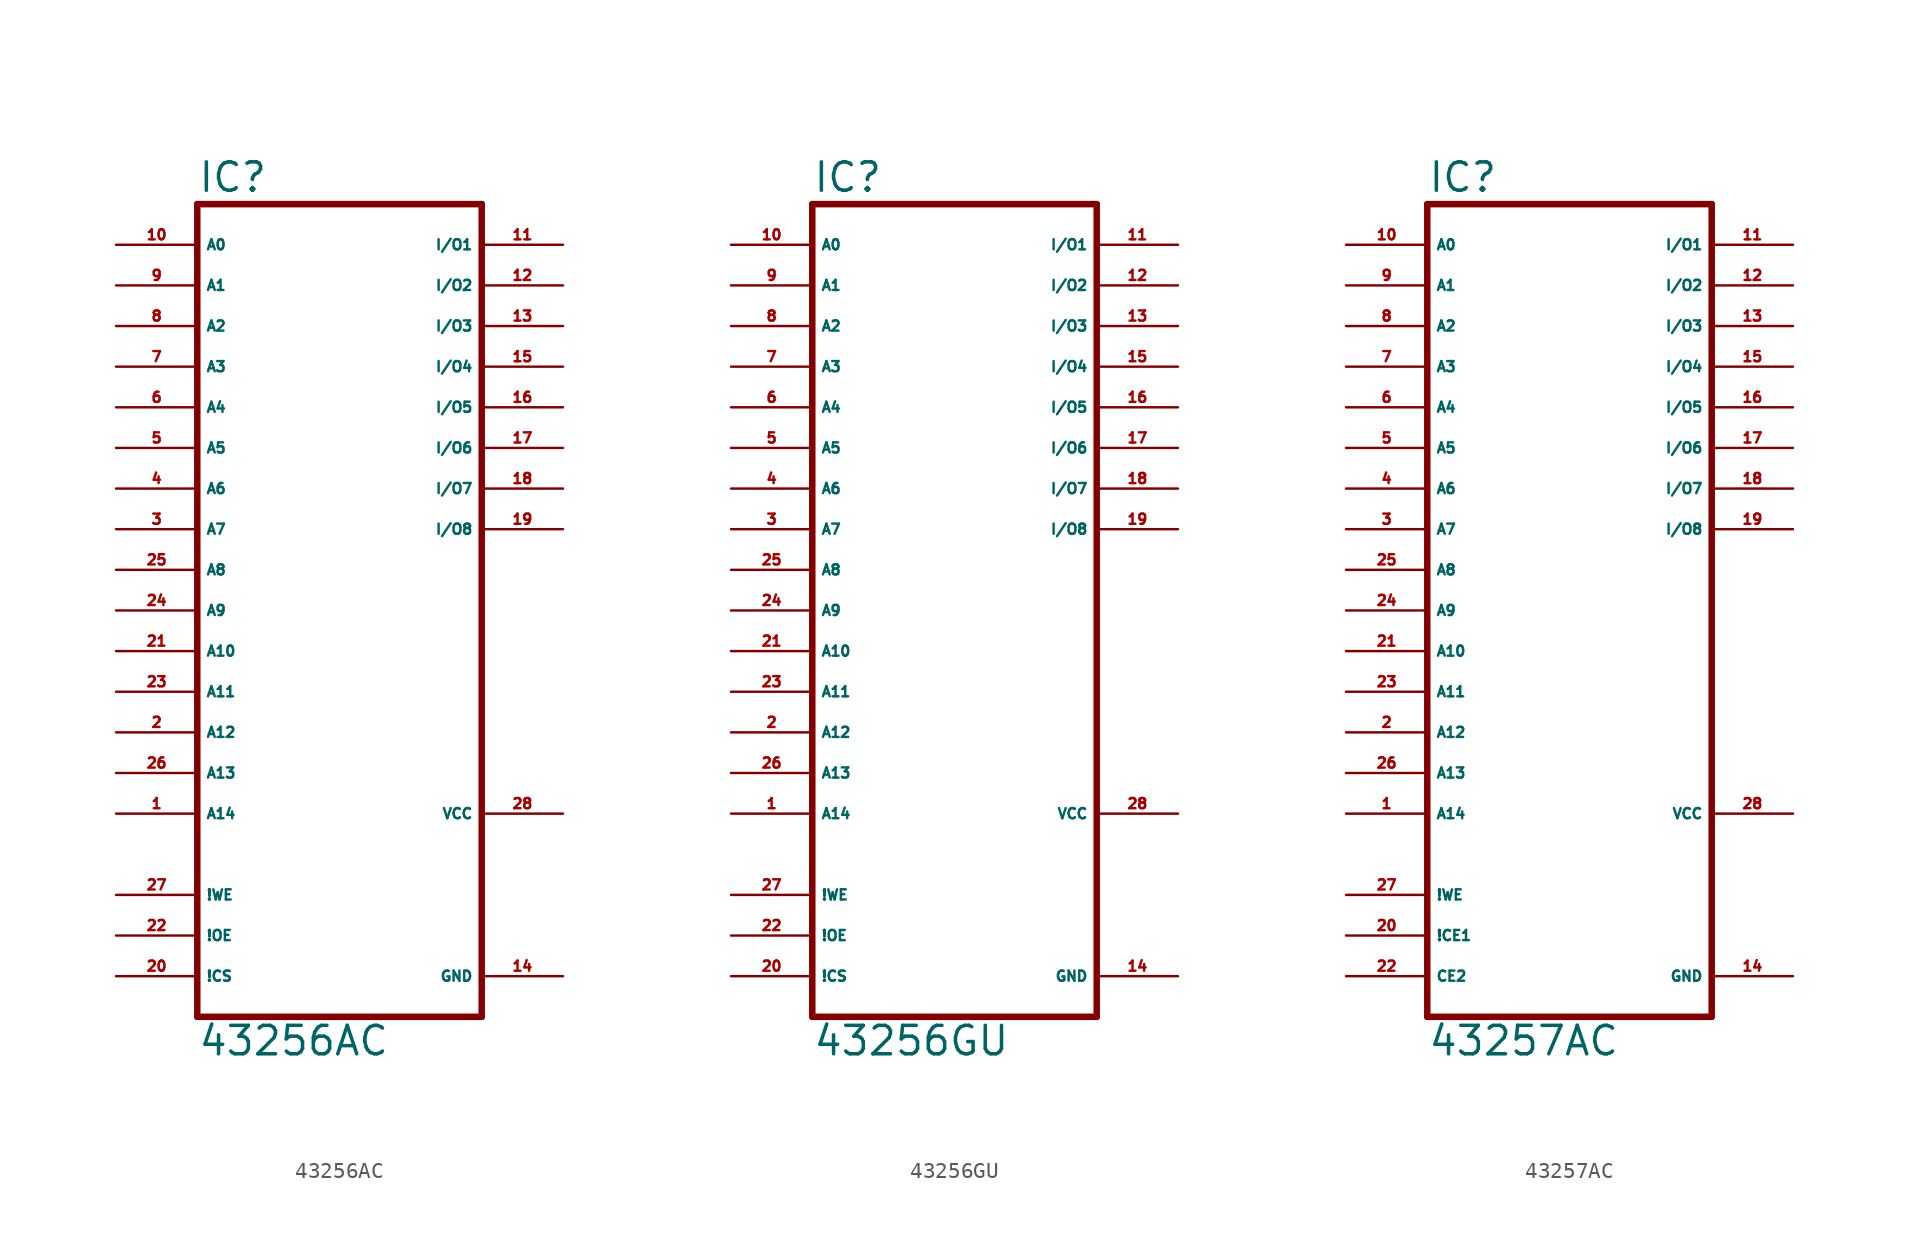
<source format=kicad_sym>
(kicad_symbol_lib
  (version 20220914)
  (generator Eagle2Kicad)
  (symbol "43256AC"
    (property "Reference" "IC"
      (at -7.62 20.955 0)
      (effects (font (size 1.778 1.778) (thickness 0.22)) (justify left bottom)))
    (property "Value" "43256AC"
      (at -7.62 -33.02 0)
      (effects (font (size 1.778 1.778) (thickness 0.22)) (justify left bottom)))
    (polyline
      (pts (xy -7.62 -30.48) (xy 10.16 -30.48))
      (stroke (width 0.406) (type default))
      (fill (type none)))
    (polyline
      (pts (xy 10.16 20.32) (xy 10.16 -30.48))
      (stroke (width 0.406) (type default))
      (fill (type none)))
    (polyline
      (pts (xy 10.16 20.32) (xy -7.62 20.32))
      (stroke (width 0.406) (type default))
      (fill (type none)))
    (polyline
      (pts (xy -7.62 -30.48) (xy -7.62 20.32))
      (stroke (width 0.406) (type default))
      (fill (type none)))
    (pin input line
      (at -12.7 17.78 0)
      (length 5.08)
      (name "A0" (effects (font (size 0.635 0.635) (thickness 0.08)) (justify left bottom)))
      (number "10" (effects (font (size 0.635 0.635) (thickness 0.08)) (justify left bottom))))
    (pin input line
      (at -12.7 15.24 0)
      (length 5.08)
      (name "A1" (effects (font (size 0.635 0.635) (thickness 0.08)) (justify left bottom)))
      (number "9" (effects (font (size 0.635 0.635) (thickness 0.08)) (justify left bottom))))
    (pin input line
      (at -12.7 12.7 0)
      (length 5.08)
      (name "A2" (effects (font (size 0.635 0.635) (thickness 0.08)) (justify left bottom)))
      (number "8" (effects (font (size 0.635 0.635) (thickness 0.08)) (justify left bottom))))
    (pin input line
      (at -12.7 10.16 0)
      (length 5.08)
      (name "A3" (effects (font (size 0.635 0.635) (thickness 0.08)) (justify left bottom)))
      (number "7" (effects (font (size 0.635 0.635) (thickness 0.08)) (justify left bottom))))
    (pin input line
      (at -12.7 7.62 0)
      (length 5.08)
      (name "A4" (effects (font (size 0.635 0.635) (thickness 0.08)) (justify left bottom)))
      (number "6" (effects (font (size 0.635 0.635) (thickness 0.08)) (justify left bottom))))
    (pin input line
      (at -12.7 5.08 0)
      (length 5.08)
      (name "A5" (effects (font (size 0.635 0.635) (thickness 0.08)) (justify left bottom)))
      (number "5" (effects (font (size 0.635 0.635) (thickness 0.08)) (justify left bottom))))
    (pin input line
      (at -12.7 2.54 0)
      (length 5.08)
      (name "A6" (effects (font (size 0.635 0.635) (thickness 0.08)) (justify left bottom)))
      (number "4" (effects (font (size 0.635 0.635) (thickness 0.08)) (justify left bottom))))
    (pin input line
      (at -12.7 0 0)
      (length 5.08)
      (name "A7" (effects (font (size 0.635 0.635) (thickness 0.08)) (justify left bottom)))
      (number "3" (effects (font (size 0.635 0.635) (thickness 0.08)) (justify left bottom))))
    (pin input line
      (at -12.7 -2.54 0)
      (length 5.08)
      (name "A8" (effects (font (size 0.635 0.635) (thickness 0.08)) (justify left bottom)))
      (number "25" (effects (font (size 0.635 0.635) (thickness 0.08)) (justify left bottom))))
    (pin input line
      (at -12.7 -5.08 0)
      (length 5.08)
      (name "A9" (effects (font (size 0.635 0.635) (thickness 0.08)) (justify left bottom)))
      (number "24" (effects (font (size 0.635 0.635) (thickness 0.08)) (justify left bottom))))
    (pin input line
      (at -12.7 -7.62 0)
      (length 5.08)
      (name "A10" (effects (font (size 0.635 0.635) (thickness 0.08)) (justify left bottom)))
      (number "21" (effects (font (size 0.635 0.635) (thickness 0.08)) (justify left bottom))))
    (pin input line
      (at -12.7 -10.16 0)
      (length 5.08)
      (name "A11" (effects (font (size 0.635 0.635) (thickness 0.08)) (justify left bottom)))
      (number "23" (effects (font (size 0.635 0.635) (thickness 0.08)) (justify left bottom))))
    (pin input line
      (at -12.7 -12.7 0)
      (length 5.08)
      (name "A12" (effects (font (size 0.635 0.635) (thickness 0.08)) (justify left bottom)))
      (number "2" (effects (font (size 0.635 0.635) (thickness 0.08)) (justify left bottom))))
    (pin input line
      (at -12.7 -15.24 0)
      (length 5.08)
      (name "A13" (effects (font (size 0.635 0.635) (thickness 0.08)) (justify left bottom)))
      (number "26" (effects (font (size 0.635 0.635) (thickness 0.08)) (justify left bottom))))
    (pin input line
      (at -12.7 -17.78 0)
      (length 5.08)
      (name "A14" (effects (font (size 0.635 0.635) (thickness 0.08)) (justify left bottom)))
      (number "1" (effects (font (size 0.635 0.635) (thickness 0.08)) (justify left bottom))))
    (pin bidirectional line
      (at 15.24 17.78 180)
      (length 5.08)
      (name "I/O1" (effects (font (size 0.635 0.635) (thickness 0.08)) (justify left bottom)))
      (number "11" (effects (font (size 0.635 0.635) (thickness 0.08)) (justify left bottom))))
    (pin bidirectional line
      (at 15.24 15.24 180)
      (length 5.08)
      (name "I/O2" (effects (font (size 0.635 0.635) (thickness 0.08)) (justify left bottom)))
      (number "12" (effects (font (size 0.635 0.635) (thickness 0.08)) (justify left bottom))))
    (pin bidirectional line
      (at 15.24 12.7 180)
      (length 5.08)
      (name "I/O3" (effects (font (size 0.635 0.635) (thickness 0.08)) (justify left bottom)))
      (number "13" (effects (font (size 0.635 0.635) (thickness 0.08)) (justify left bottom))))
    (pin bidirectional line
      (at 15.24 10.16 180)
      (length 5.08)
      (name "I/O4" (effects (font (size 0.635 0.635) (thickness 0.08)) (justify left bottom)))
      (number "15" (effects (font (size 0.635 0.635) (thickness 0.08)) (justify left bottom))))
    (pin bidirectional line
      (at 15.24 7.62 180)
      (length 5.08)
      (name "I/O5" (effects (font (size 0.635 0.635) (thickness 0.08)) (justify left bottom)))
      (number "16" (effects (font (size 0.635 0.635) (thickness 0.08)) (justify left bottom))))
    (pin bidirectional line
      (at 15.24 5.08 180)
      (length 5.08)
      (name "I/O6" (effects (font (size 0.635 0.635) (thickness 0.08)) (justify left bottom)))
      (number "17" (effects (font (size 0.635 0.635) (thickness 0.08)) (justify left bottom))))
    (pin bidirectional line
      (at 15.24 2.54 180)
      (length 5.08)
      (name "I/O7" (effects (font (size 0.635 0.635) (thickness 0.08)) (justify left bottom)))
      (number "18" (effects (font (size 0.635 0.635) (thickness 0.08)) (justify left bottom))))
    (pin bidirectional line
      (at 15.24 0 180)
      (length 5.08)
      (name "I/O8" (effects (font (size 0.635 0.635) (thickness 0.08)) (justify left bottom)))
      (number "19" (effects (font (size 0.635 0.635) (thickness 0.08)) (justify left bottom))))
    (pin input line
      (at -12.7 -27.94 0)
      (length 5.08)
      (name "!CS" (effects (font (size 0.635 0.635) (thickness 0.08)) (justify left bottom)))
      (number "20" (effects (font (size 0.635 0.635) (thickness 0.08)) (justify left bottom))))
    (pin input line
      (at -12.7 -25.4 0)
      (length 5.08)
      (name "!OE" (effects (font (size 0.635 0.635) (thickness 0.08)) (justify left bottom)))
      (number "22" (effects (font (size 0.635 0.635) (thickness 0.08)) (justify left bottom))))
    (pin input line
      (at -12.7 -22.86 0)
      (length 5.08)
      (name "!WE" (effects (font (size 0.635 0.635) (thickness 0.08)) (justify left bottom)))
      (number "27" (effects (font (size 0.635 0.635) (thickness 0.08)) (justify left bottom))))
    (pin unspecified line
      (at 15.24 -27.94 180)
      (length 5.08)
      (name "GND" (effects (font (size 0.635 0.635) (thickness 0.08)) (justify left bottom)))
      (number "14" (effects (font (size 0.635 0.635) (thickness 0.08)) (justify left bottom))))
    (pin unspecified line
      (at 15.24 -17.78 180)
      (length 5.08)
      (name "VCC" (effects (font (size 0.635 0.635) (thickness 0.08)) (justify left bottom)))
      (number "28" (effects (font (size 0.635 0.635) (thickness 0.08)) (justify left bottom)))))
  (symbol "43256GU"
    (property "Reference" "IC"
      (at -7.62 20.955 0)
      (effects (font (size 1.778 1.778) (thickness 0.22)) (justify left bottom)))
    (property "Value" "43256GU"
      (at -7.62 -33.02 0)
      (effects (font (size 1.778 1.778) (thickness 0.22)) (justify left bottom)))
    (polyline
      (pts (xy -7.62 -30.48) (xy 10.16 -30.48))
      (stroke (width 0.406) (type default))
      (fill (type none)))
    (polyline
      (pts (xy 10.16 20.32) (xy 10.16 -30.48))
      (stroke (width 0.406) (type default))
      (fill (type none)))
    (polyline
      (pts (xy 10.16 20.32) (xy -7.62 20.32))
      (stroke (width 0.406) (type default))
      (fill (type none)))
    (polyline
      (pts (xy -7.62 -30.48) (xy -7.62 20.32))
      (stroke (width 0.406) (type default))
      (fill (type none)))
    (pin input line
      (at -12.7 17.78 0)
      (length 5.08)
      (name "A0" (effects (font (size 0.635 0.635) (thickness 0.08)) (justify left bottom)))
      (number "10" (effects (font (size 0.635 0.635) (thickness 0.08)) (justify left bottom))))
    (pin input line
      (at -12.7 15.24 0)
      (length 5.08)
      (name "A1" (effects (font (size 0.635 0.635) (thickness 0.08)) (justify left bottom)))
      (number "9" (effects (font (size 0.635 0.635) (thickness 0.08)) (justify left bottom))))
    (pin input line
      (at -12.7 12.7 0)
      (length 5.08)
      (name "A2" (effects (font (size 0.635 0.635) (thickness 0.08)) (justify left bottom)))
      (number "8" (effects (font (size 0.635 0.635) (thickness 0.08)) (justify left bottom))))
    (pin input line
      (at -12.7 10.16 0)
      (length 5.08)
      (name "A3" (effects (font (size 0.635 0.635) (thickness 0.08)) (justify left bottom)))
      (number "7" (effects (font (size 0.635 0.635) (thickness 0.08)) (justify left bottom))))
    (pin input line
      (at -12.7 7.62 0)
      (length 5.08)
      (name "A4" (effects (font (size 0.635 0.635) (thickness 0.08)) (justify left bottom)))
      (number "6" (effects (font (size 0.635 0.635) (thickness 0.08)) (justify left bottom))))
    (pin input line
      (at -12.7 5.08 0)
      (length 5.08)
      (name "A5" (effects (font (size 0.635 0.635) (thickness 0.08)) (justify left bottom)))
      (number "5" (effects (font (size 0.635 0.635) (thickness 0.08)) (justify left bottom))))
    (pin input line
      (at -12.7 2.54 0)
      (length 5.08)
      (name "A6" (effects (font (size 0.635 0.635) (thickness 0.08)) (justify left bottom)))
      (number "4" (effects (font (size 0.635 0.635) (thickness 0.08)) (justify left bottom))))
    (pin input line
      (at -12.7 0 0)
      (length 5.08)
      (name "A7" (effects (font (size 0.635 0.635) (thickness 0.08)) (justify left bottom)))
      (number "3" (effects (font (size 0.635 0.635) (thickness 0.08)) (justify left bottom))))
    (pin input line
      (at -12.7 -2.54 0)
      (length 5.08)
      (name "A8" (effects (font (size 0.635 0.635) (thickness 0.08)) (justify left bottom)))
      (number "25" (effects (font (size 0.635 0.635) (thickness 0.08)) (justify left bottom))))
    (pin input line
      (at -12.7 -5.08 0)
      (length 5.08)
      (name "A9" (effects (font (size 0.635 0.635) (thickness 0.08)) (justify left bottom)))
      (number "24" (effects (font (size 0.635 0.635) (thickness 0.08)) (justify left bottom))))
    (pin input line
      (at -12.7 -7.62 0)
      (length 5.08)
      (name "A10" (effects (font (size 0.635 0.635) (thickness 0.08)) (justify left bottom)))
      (number "21" (effects (font (size 0.635 0.635) (thickness 0.08)) (justify left bottom))))
    (pin input line
      (at -12.7 -10.16 0)
      (length 5.08)
      (name "A11" (effects (font (size 0.635 0.635) (thickness 0.08)) (justify left bottom)))
      (number "23" (effects (font (size 0.635 0.635) (thickness 0.08)) (justify left bottom))))
    (pin input line
      (at -12.7 -12.7 0)
      (length 5.08)
      (name "A12" (effects (font (size 0.635 0.635) (thickness 0.08)) (justify left bottom)))
      (number "2" (effects (font (size 0.635 0.635) (thickness 0.08)) (justify left bottom))))
    (pin input line
      (at -12.7 -15.24 0)
      (length 5.08)
      (name "A13" (effects (font (size 0.635 0.635) (thickness 0.08)) (justify left bottom)))
      (number "26" (effects (font (size 0.635 0.635) (thickness 0.08)) (justify left bottom))))
    (pin input line
      (at -12.7 -17.78 0)
      (length 5.08)
      (name "A14" (effects (font (size 0.635 0.635) (thickness 0.08)) (justify left bottom)))
      (number "1" (effects (font (size 0.635 0.635) (thickness 0.08)) (justify left bottom))))
    (pin bidirectional line
      (at 15.24 17.78 180)
      (length 5.08)
      (name "I/O1" (effects (font (size 0.635 0.635) (thickness 0.08)) (justify left bottom)))
      (number "11" (effects (font (size 0.635 0.635) (thickness 0.08)) (justify left bottom))))
    (pin bidirectional line
      (at 15.24 15.24 180)
      (length 5.08)
      (name "I/O2" (effects (font (size 0.635 0.635) (thickness 0.08)) (justify left bottom)))
      (number "12" (effects (font (size 0.635 0.635) (thickness 0.08)) (justify left bottom))))
    (pin bidirectional line
      (at 15.24 12.7 180)
      (length 5.08)
      (name "I/O3" (effects (font (size 0.635 0.635) (thickness 0.08)) (justify left bottom)))
      (number "13" (effects (font (size 0.635 0.635) (thickness 0.08)) (justify left bottom))))
    (pin bidirectional line
      (at 15.24 10.16 180)
      (length 5.08)
      (name "I/O4" (effects (font (size 0.635 0.635) (thickness 0.08)) (justify left bottom)))
      (number "15" (effects (font (size 0.635 0.635) (thickness 0.08)) (justify left bottom))))
    (pin bidirectional line
      (at 15.24 7.62 180)
      (length 5.08)
      (name "I/O5" (effects (font (size 0.635 0.635) (thickness 0.08)) (justify left bottom)))
      (number "16" (effects (font (size 0.635 0.635) (thickness 0.08)) (justify left bottom))))
    (pin bidirectional line
      (at 15.24 5.08 180)
      (length 5.08)
      (name "I/O6" (effects (font (size 0.635 0.635) (thickness 0.08)) (justify left bottom)))
      (number "17" (effects (font (size 0.635 0.635) (thickness 0.08)) (justify left bottom))))
    (pin bidirectional line
      (at 15.24 2.54 180)
      (length 5.08)
      (name "I/O7" (effects (font (size 0.635 0.635) (thickness 0.08)) (justify left bottom)))
      (number "18" (effects (font (size 0.635 0.635) (thickness 0.08)) (justify left bottom))))
    (pin bidirectional line
      (at 15.24 0 180)
      (length 5.08)
      (name "I/O8" (effects (font (size 0.635 0.635) (thickness 0.08)) (justify left bottom)))
      (number "19" (effects (font (size 0.635 0.635) (thickness 0.08)) (justify left bottom))))
    (pin input line
      (at -12.7 -27.94 0)
      (length 5.08)
      (name "!CS" (effects (font (size 0.635 0.635) (thickness 0.08)) (justify left bottom)))
      (number "20" (effects (font (size 0.635 0.635) (thickness 0.08)) (justify left bottom))))
    (pin input line
      (at -12.7 -25.4 0)
      (length 5.08)
      (name "!OE" (effects (font (size 0.635 0.635) (thickness 0.08)) (justify left bottom)))
      (number "22" (effects (font (size 0.635 0.635) (thickness 0.08)) (justify left bottom))))
    (pin input line
      (at -12.7 -22.86 0)
      (length 5.08)
      (name "!WE" (effects (font (size 0.635 0.635) (thickness 0.08)) (justify left bottom)))
      (number "27" (effects (font (size 0.635 0.635) (thickness 0.08)) (justify left bottom))))
    (pin unspecified line
      (at 15.24 -27.94 180)
      (length 5.08)
      (name "GND" (effects (font (size 0.635 0.635) (thickness 0.08)) (justify left bottom)))
      (number "14" (effects (font (size 0.635 0.635) (thickness 0.08)) (justify left bottom))))
    (pin unspecified line
      (at 15.24 -17.78 180)
      (length 5.08)
      (name "VCC" (effects (font (size 0.635 0.635) (thickness 0.08)) (justify left bottom)))
      (number "28" (effects (font (size 0.635 0.635) (thickness 0.08)) (justify left bottom)))))
  (symbol "43257AC"
    (property "Reference" "IC"
      (at -7.62 18.415 0)
      (effects (font (size 1.778 1.778) (thickness 0.22)) (justify left bottom)))
    (property "Value" "43257AC"
      (at -7.62 -35.56 0)
      (effects (font (size 1.778 1.778) (thickness 0.22)) (justify left bottom)))
    (polyline
      (pts (xy -7.62 -33.02) (xy 10.16 -33.02))
      (stroke (width 0.406) (type default))
      (fill (type none)))
    (polyline
      (pts (xy 10.16 17.78) (xy 10.16 -33.02))
      (stroke (width 0.406) (type default))
      (fill (type none)))
    (polyline
      (pts (xy 10.16 17.78) (xy -7.62 17.78))
      (stroke (width 0.406) (type default))
      (fill (type none)))
    (polyline
      (pts (xy -7.62 -33.02) (xy -7.62 17.78))
      (stroke (width 0.406) (type default))
      (fill (type none)))
    (pin input line
      (at -12.7 15.24 0)
      (length 5.08)
      (name "A0" (effects (font (size 0.635 0.635) (thickness 0.08)) (justify left bottom)))
      (number "10" (effects (font (size 0.635 0.635) (thickness 0.08)) (justify left bottom))))
    (pin input line
      (at -12.7 12.7 0)
      (length 5.08)
      (name "A1" (effects (font (size 0.635 0.635) (thickness 0.08)) (justify left bottom)))
      (number "9" (effects (font (size 0.635 0.635) (thickness 0.08)) (justify left bottom))))
    (pin input line
      (at -12.7 10.16 0)
      (length 5.08)
      (name "A2" (effects (font (size 0.635 0.635) (thickness 0.08)) (justify left bottom)))
      (number "8" (effects (font (size 0.635 0.635) (thickness 0.08)) (justify left bottom))))
    (pin input line
      (at -12.7 7.62 0)
      (length 5.08)
      (name "A3" (effects (font (size 0.635 0.635) (thickness 0.08)) (justify left bottom)))
      (number "7" (effects (font (size 0.635 0.635) (thickness 0.08)) (justify left bottom))))
    (pin input line
      (at -12.7 5.08 0)
      (length 5.08)
      (name "A4" (effects (font (size 0.635 0.635) (thickness 0.08)) (justify left bottom)))
      (number "6" (effects (font (size 0.635 0.635) (thickness 0.08)) (justify left bottom))))
    (pin input line
      (at -12.7 2.54 0)
      (length 5.08)
      (name "A5" (effects (font (size 0.635 0.635) (thickness 0.08)) (justify left bottom)))
      (number "5" (effects (font (size 0.635 0.635) (thickness 0.08)) (justify left bottom))))
    (pin input line
      (at -12.7 0 0)
      (length 5.08)
      (name "A6" (effects (font (size 0.635 0.635) (thickness 0.08)) (justify left bottom)))
      (number "4" (effects (font (size 0.635 0.635) (thickness 0.08)) (justify left bottom))))
    (pin input line
      (at -12.7 -2.54 0)
      (length 5.08)
      (name "A7" (effects (font (size 0.635 0.635) (thickness 0.08)) (justify left bottom)))
      (number "3" (effects (font (size 0.635 0.635) (thickness 0.08)) (justify left bottom))))
    (pin input line
      (at -12.7 -5.08 0)
      (length 5.08)
      (name "A8" (effects (font (size 0.635 0.635) (thickness 0.08)) (justify left bottom)))
      (number "25" (effects (font (size 0.635 0.635) (thickness 0.08)) (justify left bottom))))
    (pin input line
      (at -12.7 -7.62 0)
      (length 5.08)
      (name "A9" (effects (font (size 0.635 0.635) (thickness 0.08)) (justify left bottom)))
      (number "24" (effects (font (size 0.635 0.635) (thickness 0.08)) (justify left bottom))))
    (pin input line
      (at -12.7 -10.16 0)
      (length 5.08)
      (name "A10" (effects (font (size 0.635 0.635) (thickness 0.08)) (justify left bottom)))
      (number "21" (effects (font (size 0.635 0.635) (thickness 0.08)) (justify left bottom))))
    (pin input line
      (at -12.7 -12.7 0)
      (length 5.08)
      (name "A11" (effects (font (size 0.635 0.635) (thickness 0.08)) (justify left bottom)))
      (number "23" (effects (font (size 0.635 0.635) (thickness 0.08)) (justify left bottom))))
    (pin input line
      (at -12.7 -15.24 0)
      (length 5.08)
      (name "A12" (effects (font (size 0.635 0.635) (thickness 0.08)) (justify left bottom)))
      (number "2" (effects (font (size 0.635 0.635) (thickness 0.08)) (justify left bottom))))
    (pin input line
      (at -12.7 -17.78 0)
      (length 5.08)
      (name "A13" (effects (font (size 0.635 0.635) (thickness 0.08)) (justify left bottom)))
      (number "26" (effects (font (size 0.635 0.635) (thickness 0.08)) (justify left bottom))))
    (pin input line
      (at -12.7 -20.32 0)
      (length 5.08)
      (name "A14" (effects (font (size 0.635 0.635) (thickness 0.08)) (justify left bottom)))
      (number "1" (effects (font (size 0.635 0.635) (thickness 0.08)) (justify left bottom))))
    (pin bidirectional line
      (at 15.24 15.24 180)
      (length 5.08)
      (name "I/O1" (effects (font (size 0.635 0.635) (thickness 0.08)) (justify left bottom)))
      (number "11" (effects (font (size 0.635 0.635) (thickness 0.08)) (justify left bottom))))
    (pin bidirectional line
      (at 15.24 12.7 180)
      (length 5.08)
      (name "I/O2" (effects (font (size 0.635 0.635) (thickness 0.08)) (justify left bottom)))
      (number "12" (effects (font (size 0.635 0.635) (thickness 0.08)) (justify left bottom))))
    (pin bidirectional line
      (at 15.24 10.16 180)
      (length 5.08)
      (name "I/O3" (effects (font (size 0.635 0.635) (thickness 0.08)) (justify left bottom)))
      (number "13" (effects (font (size 0.635 0.635) (thickness 0.08)) (justify left bottom))))
    (pin bidirectional line
      (at 15.24 7.62 180)
      (length 5.08)
      (name "I/O4" (effects (font (size 0.635 0.635) (thickness 0.08)) (justify left bottom)))
      (number "15" (effects (font (size 0.635 0.635) (thickness 0.08)) (justify left bottom))))
    (pin bidirectional line
      (at 15.24 5.08 180)
      (length 5.08)
      (name "I/O5" (effects (font (size 0.635 0.635) (thickness 0.08)) (justify left bottom)))
      (number "16" (effects (font (size 0.635 0.635) (thickness 0.08)) (justify left bottom))))
    (pin bidirectional line
      (at 15.24 2.54 180)
      (length 5.08)
      (name "I/O6" (effects (font (size 0.635 0.635) (thickness 0.08)) (justify left bottom)))
      (number "17" (effects (font (size 0.635 0.635) (thickness 0.08)) (justify left bottom))))
    (pin bidirectional line
      (at 15.24 0 180)
      (length 5.08)
      (name "I/O7" (effects (font (size 0.635 0.635) (thickness 0.08)) (justify left bottom)))
      (number "18" (effects (font (size 0.635 0.635) (thickness 0.08)) (justify left bottom))))
    (pin bidirectional line
      (at 15.24 -2.54 180)
      (length 5.08)
      (name "I/O8" (effects (font (size 0.635 0.635) (thickness 0.08)) (justify left bottom)))
      (number "19" (effects (font (size 0.635 0.635) (thickness 0.08)) (justify left bottom))))
    (pin input line
      (at -12.7 -27.94 0)
      (length 5.08)
      (name "!CE1" (effects (font (size 0.635 0.635) (thickness 0.08)) (justify left bottom)))
      (number "20" (effects (font (size 0.635 0.635) (thickness 0.08)) (justify left bottom))))
    (pin input line
      (at -12.7 -30.48 0)
      (length 5.08)
      (name "CE2" (effects (font (size 0.635 0.635) (thickness 0.08)) (justify left bottom)))
      (number "22" (effects (font (size 0.635 0.635) (thickness 0.08)) (justify left bottom))))
    (pin input line
      (at -12.7 -25.4 0)
      (length 5.08)
      (name "!WE" (effects (font (size 0.635 0.635) (thickness 0.08)) (justify left bottom)))
      (number "27" (effects (font (size 0.635 0.635) (thickness 0.08)) (justify left bottom))))
    (pin unspecified line
      (at 15.24 -30.48 180)
      (length 5.08)
      (name "GND" (effects (font (size 0.635 0.635) (thickness 0.08)) (justify left bottom)))
      (number "14" (effects (font (size 0.635 0.635) (thickness 0.08)) (justify left bottom))))
    (pin unspecified line
      (at 15.24 -20.32 180)
      (length 5.08)
      (name "VCC" (effects (font (size 0.635 0.635) (thickness 0.08)) (justify left bottom)))
      (number "28" (effects (font (size 0.635 0.635) (thickness 0.08)) (justify left bottom))))))
</source>
